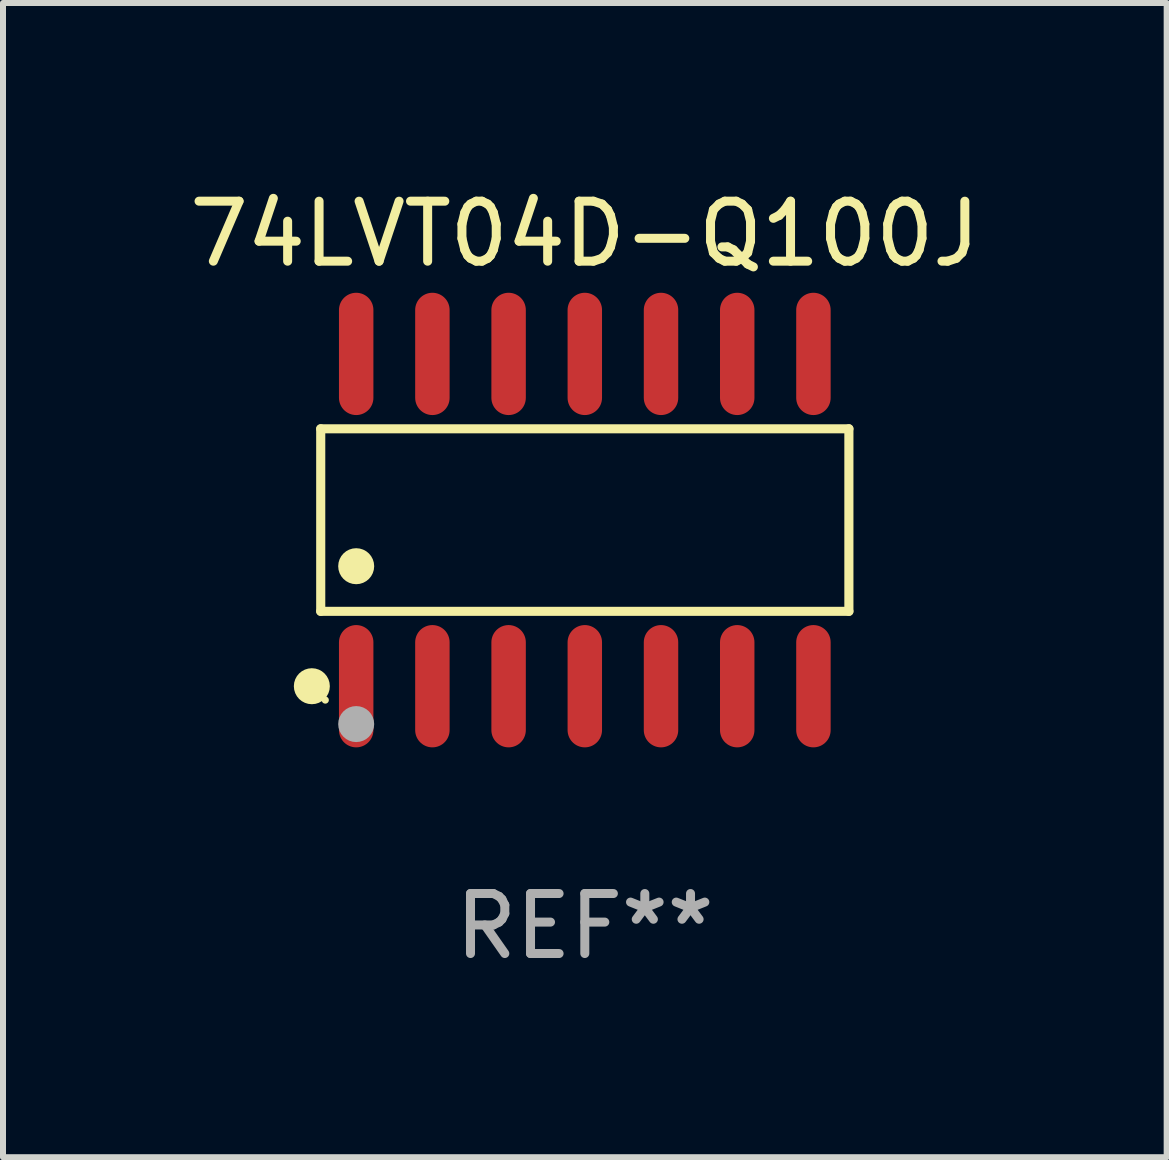
<source format=kicad_pcb>
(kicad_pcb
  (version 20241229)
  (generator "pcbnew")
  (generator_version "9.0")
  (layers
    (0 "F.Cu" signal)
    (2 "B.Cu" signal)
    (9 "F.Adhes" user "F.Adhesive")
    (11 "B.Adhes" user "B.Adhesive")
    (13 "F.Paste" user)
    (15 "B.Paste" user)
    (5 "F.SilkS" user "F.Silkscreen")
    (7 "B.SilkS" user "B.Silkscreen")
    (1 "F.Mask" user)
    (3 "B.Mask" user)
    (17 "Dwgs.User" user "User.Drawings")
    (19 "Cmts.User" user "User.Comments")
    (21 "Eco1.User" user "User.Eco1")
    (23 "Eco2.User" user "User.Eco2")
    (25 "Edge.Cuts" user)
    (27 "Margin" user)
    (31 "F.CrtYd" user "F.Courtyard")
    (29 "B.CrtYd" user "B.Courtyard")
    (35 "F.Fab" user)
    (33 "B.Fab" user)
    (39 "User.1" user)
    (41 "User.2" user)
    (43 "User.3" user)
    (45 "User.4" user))
  (footprint "74LVT04D-Q100J"
    (layer "F.Cu")
    (at 6.696 5.617)
    (property "Reference" "74LVT04D-Q100J" (at 0 -4.769 0) (layer "F.SilkS") (effects (font (size 1 1) (thickness 0.15))))
    (attr through_hole)
    (fp_line (start -4.401 -1.521) (end 4.401 -1.521) (stroke (width 0.152) (type solid)) (layer "F.SilkS"))
    (fp_line (start -4.401 1.521) (end -4.401 -1.521) (stroke (width 0.152) (type solid)) (layer "F.SilkS"))
    (fp_line (start 4.401 -1.521) (end 4.401 1.521) (stroke (width 0.152) (type solid)) (layer "F.SilkS"))
    (fp_line (start 4.401 1.521) (end -4.401 1.521) (stroke (width 0.152) (type solid)) (layer "F.SilkS"))
    (fp_circle (center -4.549 2.769) (end -4.399 2.769) (stroke (width 0.3) (type solid)) (fill no) (layer "F.SilkS"))
    (fp_circle (center -4.325 3) (end -4.295 3) (stroke (width 0.06) (type solid)) (fill no) (layer "F.SilkS"))
    (fp_circle (center -3.81 0.769) (end -3.66 0.769) (stroke (width 0.3) (type solid)) (fill no) (layer "F.SilkS"))
    (fp_circle (center -3.81 3.4) (end -3.66 3.4) (stroke (width 0.3) (type solid)) (fill no) (layer "F.Fab"))
    (fp_text user "REF**" (at 0 6.769 0) (layer "F.Fab") (effects (font (size 1 1) (thickness 0.15))))
    (pad "1" smd oval (at -3.81 2.769) (size 0.574 2.038) (layers "F.Cu" "F.Mask" "F.Paste"))
    (pad "2" smd oval (at -2.54 2.769) (size 0.574 2.038) (layers "F.Cu" "F.Mask" "F.Paste"))
    (pad "3" smd oval (at -1.27 2.769) (size 0.574 2.038) (layers "F.Cu" "F.Mask" "F.Paste"))
    (pad "4" smd oval (at 0 2.769) (size 0.574 2.038) (layers "F.Cu" "F.Mask" "F.Paste"))
    (pad "5" smd oval (at 1.27 2.769) (size 0.574 2.038) (layers "F.Cu" "F.Mask" "F.Paste"))
    (pad "6" smd oval (at 2.54 2.769) (size 0.574 2.038) (layers "F.Cu" "F.Mask" "F.Paste"))
    (pad "7" smd oval (at 3.81 2.769) (size 0.574 2.038) (layers "F.Cu" "F.Mask" "F.Paste"))
    (pad "8" smd oval (at 3.81 -2.769) (size 0.574 2.038) (layers "F.Cu" "F.Mask" "F.Paste"))
    (pad "9" smd oval (at 2.54 -2.769) (size 0.574 2.038) (layers "F.Cu" "F.Mask" "F.Paste"))
    (pad "10" smd oval (at 1.27 -2.769) (size 0.574 2.038) (layers "F.Cu" "F.Mask" "F.Paste"))
    (pad "11" smd oval (at 0 -2.769) (size 0.574 2.038) (layers "F.Cu" "F.Mask" "F.Paste"))
    (pad "12" smd oval (at -1.27 -2.769) (size 0.574 2.038) (layers "F.Cu" "F.Mask" "F.Paste"))
    (pad "13" smd oval (at -2.54 -2.769) (size 0.574 2.038) (layers "F.Cu" "F.Mask" "F.Paste"))
    (pad "14" smd oval (at -3.81 -2.769) (size 0.574 2.038) (layers "F.Cu" "F.Mask" "F.Paste")))
  (gr_rect
    (start -3 -3)
    (end 16.393 16.235)
    (stroke (width 0.1) (type default))
    (fill no)
    (layer "Edge.Cuts")))
</source>
